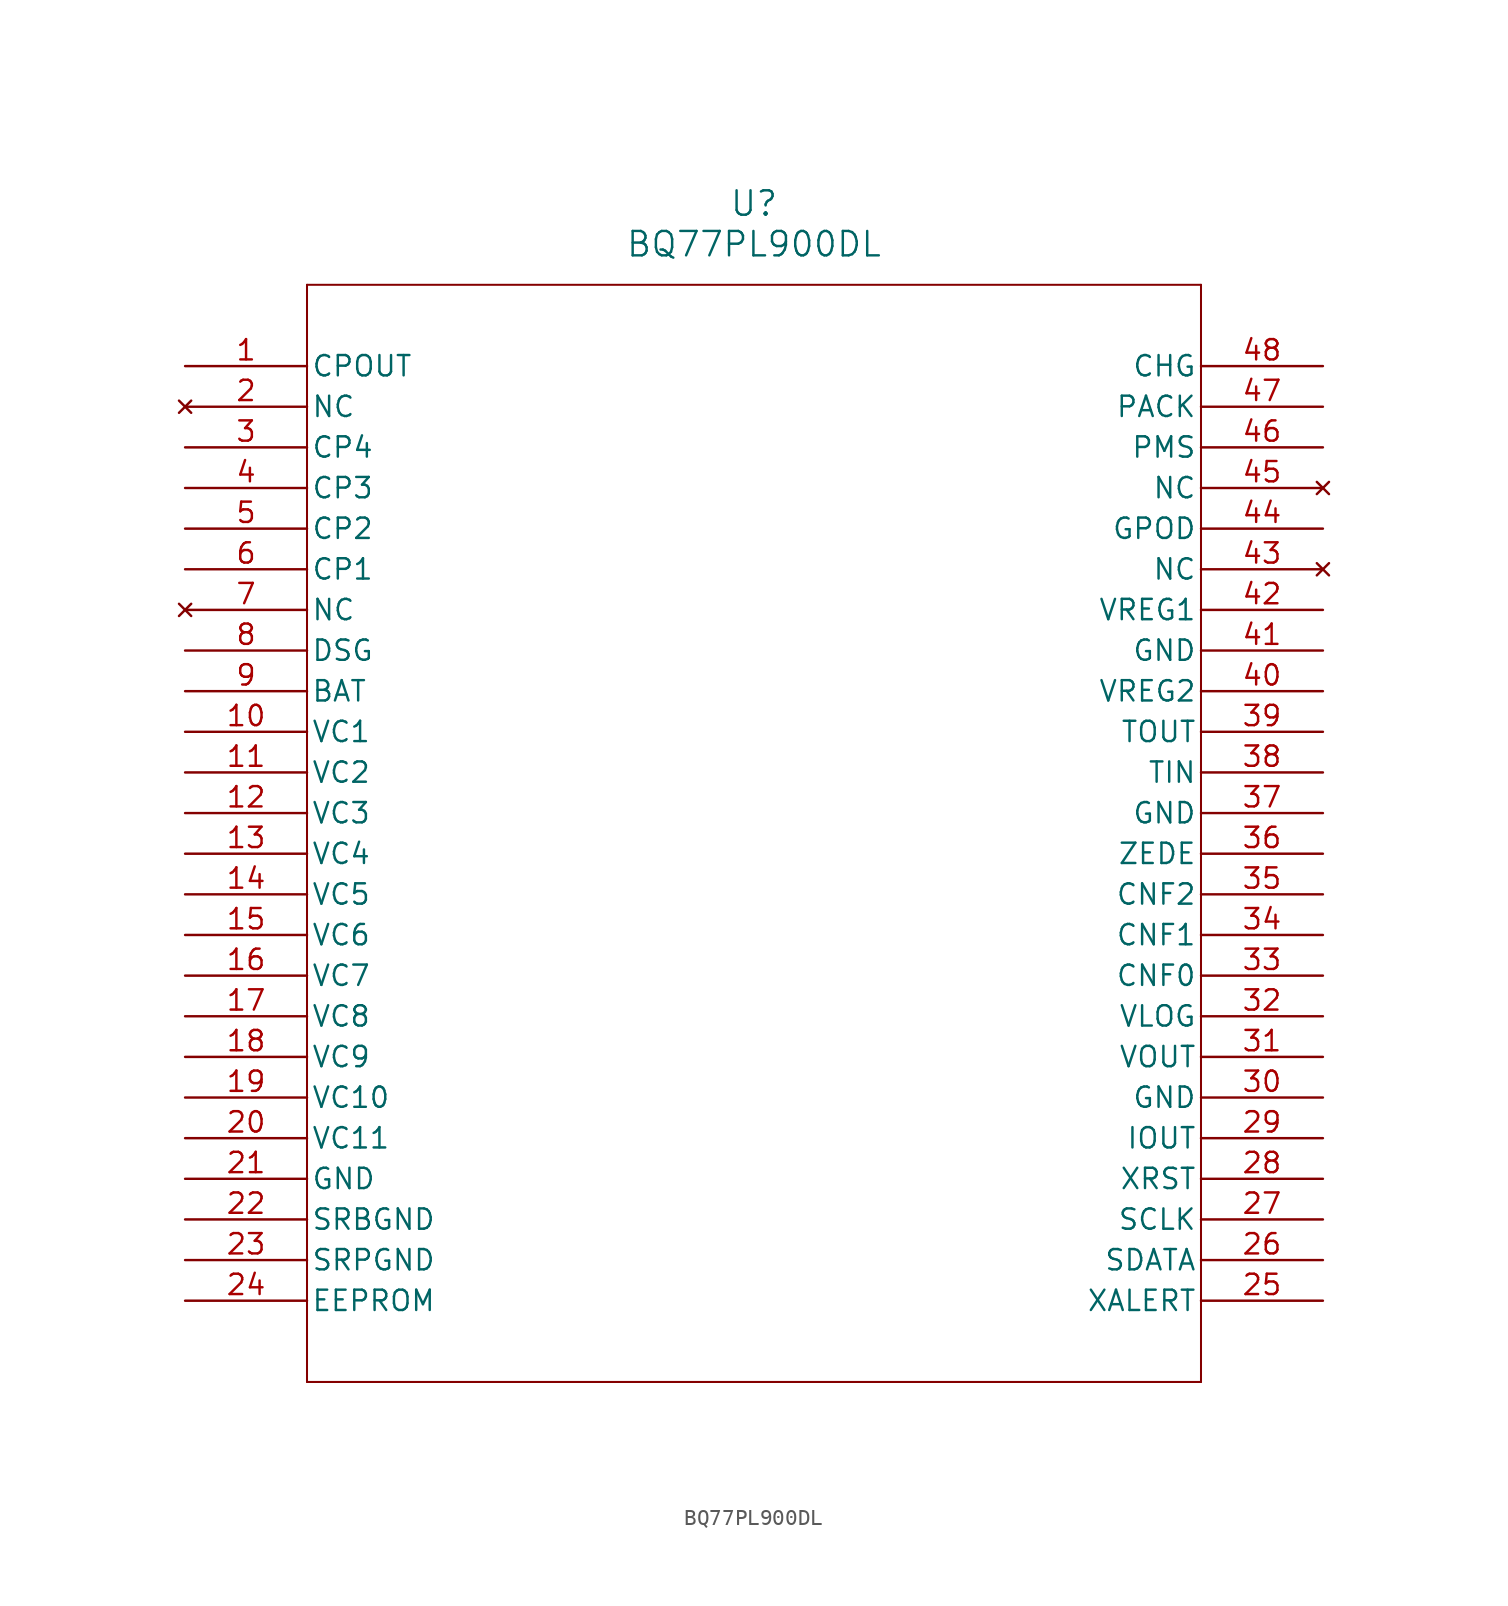
<source format=kicad_sym>
(kicad_symbol_lib
  (version 20211014)
  (generator kicad_symbol_editor)
  (symbol "BQ77PL900DL"
    (pin_names
      (offset 0.254))
    (property "Reference" "U"
      (at 35.56 10.16 0)
      (effects (font (size 1.524 1.524))))
    (property "Value" "BQ77PL900DL"
      (at 35.56 7.62 0)
      (effects (font (size 1.524 1.524))))
    (symbol "BQ77PL900DL_0_1"
      (polyline (pts (xy 7.62 5.08) (xy 7.62 -63.5)) (stroke (width 0.127) (type default) (color 0 0 0 0)) (fill (type none)))
      (polyline (pts (xy 7.62 -63.5) (xy 63.5 -63.5)) (stroke (width 0.127) (type default) (color 0 0 0 0)) (fill (type none)))
      (polyline (pts (xy 63.5 -63.5) (xy 63.5 5.08)) (stroke (width 0.127) (type default) (color 0 0 0 0)) (fill (type none)))
      (polyline (pts (xy 63.5 5.08) (xy 7.62 5.08)) (stroke (width 0.127) (type default) (color 0 0 0 0)) (fill (type none)))
      (pin output line (at 0 0 0) (length 7.62) (name "CPOUT" (effects (font (size 1.27 1.27)))) (number "1" (effects (font (size 1.27 1.27)))))
      (pin no_connect line (at 0 -2.54 0) (length 7.62) (name "NC" (effects (font (size 1.27 1.27)))) (number "2" (effects (font (size 1.27 1.27)))))
      (pin unspecified line (at 0 -5.08 0) (length 7.62) (name "CP4" (effects (font (size 1.27 1.27)))) (number "3" (effects (font (size 1.27 1.27)))))
      (pin unspecified line (at 0 -7.62 0) (length 7.62) (name "CP3" (effects (font (size 1.27 1.27)))) (number "4" (effects (font (size 1.27 1.27)))))
      (pin unspecified line (at 0 -10.16 0) (length 7.62) (name "CP2" (effects (font (size 1.27 1.27)))) (number "5" (effects (font (size 1.27 1.27)))))
      (pin unspecified line (at 0 -12.7 0) (length 7.62) (name "CP1" (effects (font (size 1.27 1.27)))) (number "6" (effects (font (size 1.27 1.27)))))
      (pin no_connect line (at 0 -15.24 0) (length 7.62) (name "NC" (effects (font (size 1.27 1.27)))) (number "7" (effects (font (size 1.27 1.27)))))
      (pin unspecified line (at 0 -17.78 0) (length 7.62) (name "DSG" (effects (font (size 1.27 1.27)))) (number "8" (effects (font (size 1.27 1.27)))))
      (pin power_in line (at 0 -20.32 0) (length 7.62) (name "BAT" (effects (font (size 1.27 1.27)))) (number "9" (effects (font (size 1.27 1.27)))))
      (pin input line (at 0 -22.86 0) (length 7.62) (name "VC1" (effects (font (size 1.27 1.27)))) (number "10" (effects (font (size 1.27 1.27)))))
      (pin input line (at 0 -25.4 0) (length 7.62) (name "VC2" (effects (font (size 1.27 1.27)))) (number "11" (effects (font (size 1.27 1.27)))))
      (pin input line (at 0 -27.94 0) (length 7.62) (name "VC3" (effects (font (size 1.27 1.27)))) (number "12" (effects (font (size 1.27 1.27)))))
      (pin input line (at 0 -30.48 0) (length 7.62) (name "VC4" (effects (font (size 1.27 1.27)))) (number "13" (effects (font (size 1.27 1.27)))))
      (pin input line (at 0 -33.02 0) (length 7.62) (name "VC5" (effects (font (size 1.27 1.27)))) (number "14" (effects (font (size 1.27 1.27)))))
      (pin input line (at 0 -35.56 0) (length 7.62) (name "VC6" (effects (font (size 1.27 1.27)))) (number "15" (effects (font (size 1.27 1.27)))))
      (pin input line (at 0 -38.1 0) (length 7.62) (name "VC7" (effects (font (size 1.27 1.27)))) (number "16" (effects (font (size 1.27 1.27)))))
      (pin input line (at 0 -40.64 0) (length 7.62) (name "VC8" (effects (font (size 1.27 1.27)))) (number "17" (effects (font (size 1.27 1.27)))))
      (pin input line (at 0 -43.18 0) (length 7.62) (name "VC9" (effects (font (size 1.27 1.27)))) (number "18" (effects (font (size 1.27 1.27)))))
      (pin input line (at 0 -45.72 0) (length 7.62) (name "VC10" (effects (font (size 1.27 1.27)))) (number "19" (effects (font (size 1.27 1.27)))))
      (pin input line (at 0 -48.26 0) (length 7.62) (name "VC11" (effects (font (size 1.27 1.27)))) (number "20" (effects (font (size 1.27 1.27)))))
      (pin power_in line (at 0 -50.8 0) (length 7.62) (name "GND" (effects (font (size 1.27 1.27)))) (number "21" (effects (font (size 1.27 1.27)))))
      (pin power_in line (at 0 -53.34 0) (length 7.62) (name "SRBGND" (effects (font (size 1.27 1.27)))) (number "22" (effects (font (size 1.27 1.27)))))
      (pin power_in line (at 0 -55.88 0) (length 7.62) (name "SRPGND" (effects (font (size 1.27 1.27)))) (number "23" (effects (font (size 1.27 1.27)))))
      (pin unspecified line (at 0 -58.42 0) (length 7.62) (name "EEPROM" (effects (font (size 1.27 1.27)))) (number "24" (effects (font (size 1.27 1.27)))))
      (pin output line (at 71.12 -58.42 180) (length 7.62) (name "XALERT" (effects (font (size 1.27 1.27)))) (number "25" (effects (font (size 1.27 1.27)))))
      (pin unspecified line (at 71.12 -55.88 180) (length 7.62) (name "SDATA" (effects (font (size 1.27 1.27)))) (number "26" (effects (font (size 1.27 1.27)))))
      (pin unspecified line (at 71.12 -53.34 180) (length 7.62) (name "SCLK" (effects (font (size 1.27 1.27)))) (number "27" (effects (font (size 1.27 1.27)))))
      (pin output line (at 71.12 -50.8 180) (length 7.62) (name "XRST" (effects (font (size 1.27 1.27)))) (number "28" (effects (font (size 1.27 1.27)))))
      (pin output line (at 71.12 -48.26 180) (length 7.62) (name "IOUT" (effects (font (size 1.27 1.27)))) (number "29" (effects (font (size 1.27 1.27)))))
      (pin power_in line (at 71.12 -45.72 180) (length 7.62) (name "GND" (effects (font (size 1.27 1.27)))) (number "30" (effects (font (size 1.27 1.27)))))
      (pin output line (at 71.12 -43.18 180) (length 7.62) (name "VOUT" (effects (font (size 1.27 1.27)))) (number "31" (effects (font (size 1.27 1.27)))))
      (pin bidirectional line (at 71.12 -40.64 180) (length 7.62) (name "VLOG" (effects (font (size 1.27 1.27)))) (number "32" (effects (font (size 1.27 1.27)))))
      (pin unspecified line (at 71.12 -38.1 180) (length 7.62) (name "CNF0" (effects (font (size 1.27 1.27)))) (number "33" (effects (font (size 1.27 1.27)))))
      (pin unspecified line (at 71.12 -35.56 180) (length 7.62) (name "CNF1" (effects (font (size 1.27 1.27)))) (number "34" (effects (font (size 1.27 1.27)))))
      (pin unspecified line (at 71.12 -33.02 180) (length 7.62) (name "CNF2" (effects (font (size 1.27 1.27)))) (number "35" (effects (font (size 1.27 1.27)))))
      (pin unspecified line (at 71.12 -30.48 180) (length 7.62) (name "ZEDE" (effects (font (size 1.27 1.27)))) (number "36" (effects (font (size 1.27 1.27)))))
      (pin power_in line (at 71.12 -27.94 180) (length 7.62) (name "GND" (effects (font (size 1.27 1.27)))) (number "37" (effects (font (size 1.27 1.27)))))
      (pin input line (at 71.12 -25.4 180) (length 7.62) (name "TIN" (effects (font (size 1.27 1.27)))) (number "38" (effects (font (size 1.27 1.27)))))
      (pin output line (at 71.12 -22.86 180) (length 7.62) (name "TOUT" (effects (font (size 1.27 1.27)))) (number "39" (effects (font (size 1.27 1.27)))))
      (pin output line (at 71.12 -20.32 180) (length 7.62) (name "VREG2" (effects (font (size 1.27 1.27)))) (number "40" (effects (font (size 1.27 1.27)))))
      (pin power_in line (at 71.12 -17.78 180) (length 7.62) (name "GND" (effects (font (size 1.27 1.27)))) (number "41" (effects (font (size 1.27 1.27)))))
      (pin output line (at 71.12 -15.24 180) (length 7.62) (name "VREG1" (effects (font (size 1.27 1.27)))) (number "42" (effects (font (size 1.27 1.27)))))
      (pin no_connect line (at 71.12 -12.7 180) (length 7.62) (name "NC" (effects (font (size 1.27 1.27)))) (number "43" (effects (font (size 1.27 1.27)))))
      (pin output line (at 71.12 -10.16 180) (length 7.62) (name "GPOD" (effects (font (size 1.27 1.27)))) (number "44" (effects (font (size 1.27 1.27)))))
      (pin no_connect line (at 71.12 -7.62 180) (length 7.62) (name "NC" (effects (font (size 1.27 1.27)))) (number "45" (effects (font (size 1.27 1.27)))))
      (pin unspecified line (at 71.12 -5.08 180) (length 7.62) (name "PMS" (effects (font (size 1.27 1.27)))) (number "46" (effects (font (size 1.27 1.27)))))
      (pin power_in line (at 71.12 -2.54 180) (length 7.62) (name "PACK" (effects (font (size 1.27 1.27)))) (number "47" (effects (font (size 1.27 1.27)))))
      (pin unspecified line (at 71.12 0 180) (length 7.62) (name "CHG" (effects (font (size 1.27 1.27)))) (number "48" (effects (font (size 1.27 1.27))))))))
</source>
